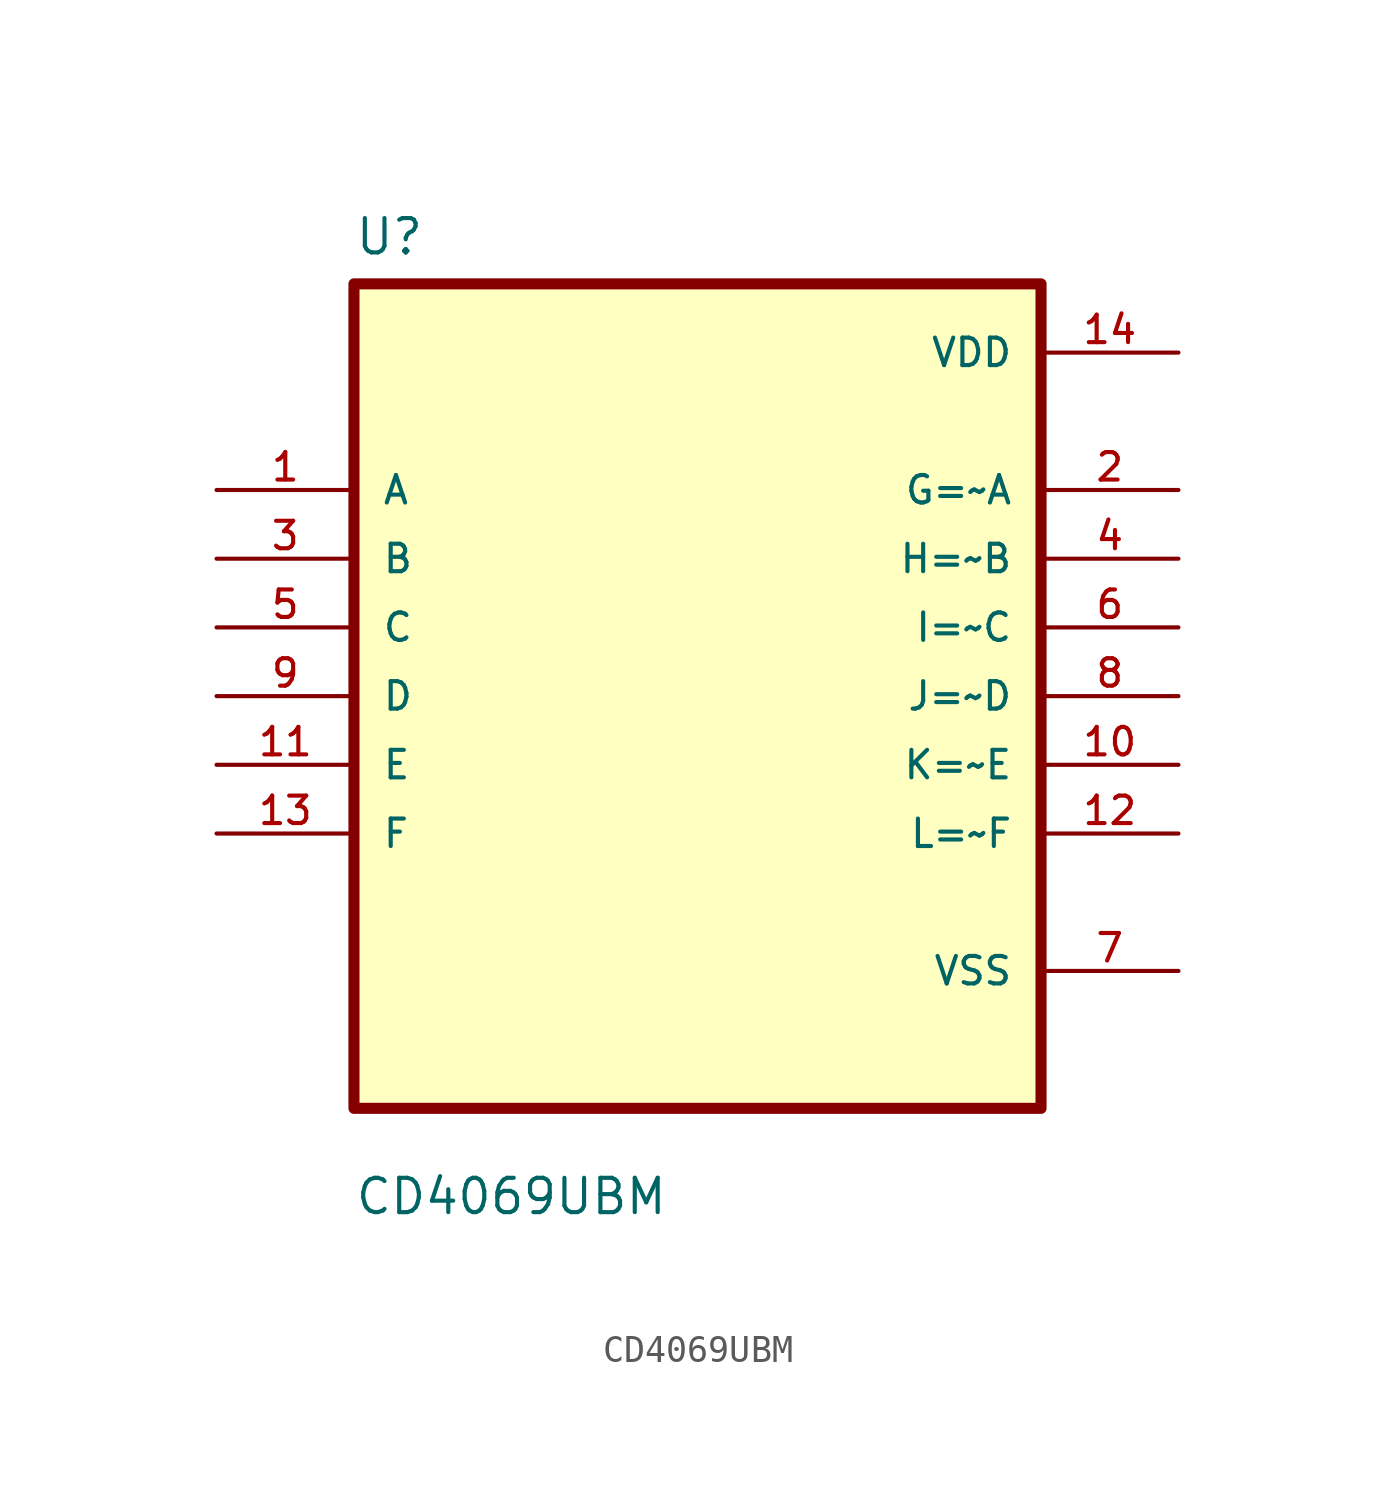
<source format=kicad_sym>
(kicad_symbol_lib
  (version 20211014)
  (generator kicad_symbol_editor)
  (symbol "CD4069UBM"
    (pin_names
      (offset 1.016))
    (property "Reference" "U"
      (at -12.7 16.24 0.0)
      (effects (font (size 1.27 1.27)) (justify bottom left)))
    (property "Value" "CD4069UBM"
      (at -12.7 -19.24 0.0)
      (effects (font (size 1.27 1.27)) (justify bottom left)))
    (symbol "CD4069UBM_0_0"
      (rectangle (start -12.7 -15.24) (end 12.7 15.24) (stroke (width 0.41)) (fill (type background)))
      (pin input line (at -17.78 7.62 0) (length 5.08) (name "A" (effects (font (size 1.016 1.016)))) (number "1" (effects (font (size 1.016 1.016)))))
      (pin input line (at -17.78 5.08 0) (length 5.08) (name "B" (effects (font (size 1.016 1.016)))) (number "3" (effects (font (size 1.016 1.016)))))
      (pin input line (at -17.78 2.54 0) (length 5.08) (name "C" (effects (font (size 1.016 1.016)))) (number "5" (effects (font (size 1.016 1.016)))))
      (pin input line (at -17.78 0.0 0) (length 5.08) (name "D" (effects (font (size 1.016 1.016)))) (number "9" (effects (font (size 1.016 1.016)))))
      (pin input line (at -17.78 -2.54 0) (length 5.08) (name "E" (effects (font (size 1.016 1.016)))) (number "11" (effects (font (size 1.016 1.016)))))
      (pin input line (at -17.78 -5.08 0) (length 5.08) (name "F" (effects (font (size 1.016 1.016)))) (number "13" (effects (font (size 1.016 1.016)))))
      (pin power_in line (at 17.78 12.7 180.0) (length 5.08) (name "VDD" (effects (font (size 1.016 1.016)))) (number "14" (effects (font (size 1.016 1.016)))))
      (pin output line (at 17.78 7.62 180.0) (length 5.08) (name "G=~A" (effects (font (size 1.016 1.016)))) (number "2" (effects (font (size 1.016 1.016)))))
      (pin output line (at 17.78 5.08 180.0) (length 5.08) (name "H=~B" (effects (font (size 1.016 1.016)))) (number "4" (effects (font (size 1.016 1.016)))))
      (pin output line (at 17.78 2.54 180.0) (length 5.08) (name "I=~C" (effects (font (size 1.016 1.016)))) (number "6" (effects (font (size 1.016 1.016)))))
      (pin output line (at 17.78 -8.88178e-16 180.0) (length 5.08) (name "J=~D" (effects (font (size 1.016 1.016)))) (number "8" (effects (font (size 1.016 1.016)))))
      (pin output line (at 17.78 -2.54 180.0) (length 5.08) (name "K=~E" (effects (font (size 1.016 1.016)))) (number "10" (effects (font (size 1.016 1.016)))))
      (pin output line (at 17.78 -5.08 180.0) (length 5.08) (name "L=~F" (effects (font (size 1.016 1.016)))) (number "12" (effects (font (size 1.016 1.016)))))
      (pin power_in line (at 17.78 -10.16 180.0) (length 5.08) (name "VSS" (effects (font (size 1.016 1.016)))) (number "7" (effects (font (size 1.016 1.016))))))))
</source>
